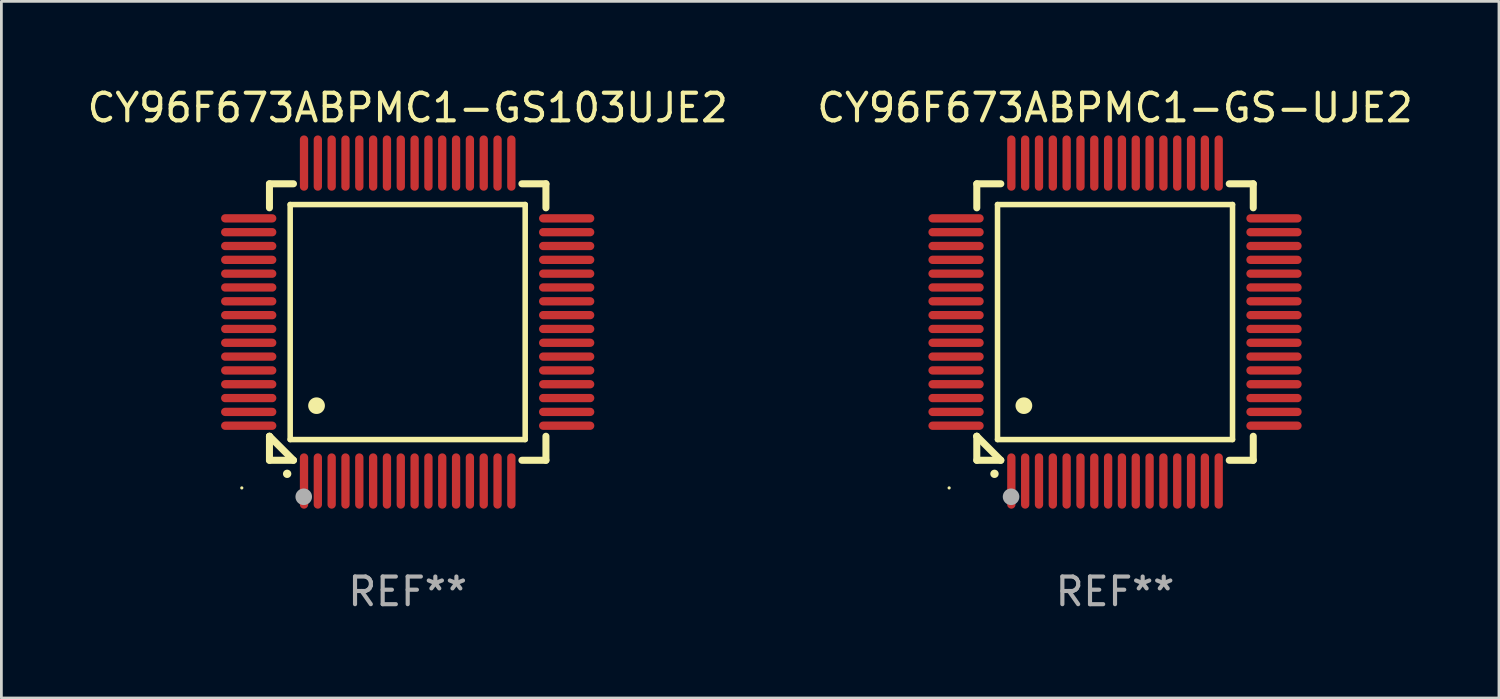
<source format=kicad_pcb>
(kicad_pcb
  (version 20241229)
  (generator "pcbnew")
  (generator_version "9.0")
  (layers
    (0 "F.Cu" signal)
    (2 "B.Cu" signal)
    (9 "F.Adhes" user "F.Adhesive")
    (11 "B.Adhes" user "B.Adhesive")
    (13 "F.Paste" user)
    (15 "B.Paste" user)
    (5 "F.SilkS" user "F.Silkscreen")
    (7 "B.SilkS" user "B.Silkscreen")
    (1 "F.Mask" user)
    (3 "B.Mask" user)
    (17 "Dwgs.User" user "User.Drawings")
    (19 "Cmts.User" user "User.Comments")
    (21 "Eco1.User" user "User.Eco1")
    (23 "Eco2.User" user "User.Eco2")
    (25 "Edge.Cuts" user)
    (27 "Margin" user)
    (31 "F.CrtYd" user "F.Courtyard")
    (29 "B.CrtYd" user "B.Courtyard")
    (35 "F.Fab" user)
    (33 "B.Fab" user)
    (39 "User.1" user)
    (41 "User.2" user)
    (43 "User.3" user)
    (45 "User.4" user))
  (footprint "CY96F673ABPMC1-GS-UJE2"
    (layer "F.Cu")
    (at 37.28 8.598)
    (property "Reference" "CY96F673ABPMC1-GS-UJE2" (at 0 -7.75 0) (layer "F.SilkS") (effects (font (size 1 1) (thickness 0.15))))
    (attr through_hole)
    (fp_line (start -5 -5) (end -4.131 -5) (stroke (width 0.254) (type solid)) (layer "F.SilkS"))
    (fp_line (start -5 -4.131) (end -5 -5) (stroke (width 0.254) (type solid)) (layer "F.SilkS"))
    (fp_line (start -5 4.131) (end -5 4.131) (stroke (width 0.254) (type solid)) (layer "F.SilkS"))
    (fp_line (start -5 5) (end -5 4.131) (stroke (width 0.254) (type solid)) (layer "F.SilkS"))
    (fp_line (start -5 4.131) (end -4.131 5) (stroke (width 0.254) (type solid)) (layer "F.SilkS"))
    (fp_line (start -4.25 -4.25) (end -4.25 4.25) (stroke (width 0.2) (type solid)) (layer "F.SilkS"))
    (fp_line (start -4.25 4.25) (end 4.25 4.25) (stroke (width 0.2) (type solid)) (layer "F.SilkS"))
    (fp_line (start -4.131 5) (end -5 5) (stroke (width 0.254) (type solid)) (layer "F.SilkS"))
    (fp_line (start 4.25 -4.25) (end -4.25 -4.25) (stroke (width 0.2) (type solid)) (layer "F.SilkS"))
    (fp_line (start 4.25 4.25) (end 4.25 -4.25) (stroke (width 0.2) (type solid)) (layer "F.SilkS"))
    (fp_line (start 5 -5) (end 4.131 -5) (stroke (width 0.254) (type solid)) (layer "F.SilkS"))
    (fp_line (start 5 -5) (end 5 -4.131) (stroke (width 0.254) (type solid)) (layer "F.SilkS"))
    (fp_line (start 5 4.131) (end 5 5) (stroke (width 0.254) (type solid)) (layer "F.SilkS"))
    (fp_line (start 5 5) (end 4.131 5) (stroke (width 0.254) (type solid)) (layer "F.SilkS"))
    (fp_arc (start -4.361265 5.489992) (mid -4.359995 5.489987) (end -4.358725 5.489992) (stroke (width 0.3) (type solid)) (layer "F.SilkS"))
    (fp_arc (start -3.299467 3.025146) (mid -3.296927 3.025135) (end -3.294387 3.025146) (stroke (width 0.6) (type solid)) (layer "F.SilkS"))
    (fp_circle (center -6 6) (end -5.97 6) (stroke (width 0.06) (type solid)) (fill no) (layer "F.SilkS"))
    (fp_circle (center -3.76 6.32) (end -3.61 6.32) (stroke (width 0.3) (type solid)) (fill no) (layer "F.Fab"))
    (fp_text user "REF**" (at 0 9.75 0) (layer "F.Fab") (effects (font (size 1 1) (thickness 0.15))))
    (pad "1" smd oval (at -3.75 5.75) (size 0.3 2) (layers "F.Cu" "F.Mask" "F.Paste"))
    (pad "2" smd oval (at -3.25 5.75) (size 0.3 2) (layers "F.Cu" "F.Mask" "F.Paste"))
    (pad "3" smd oval (at -2.75 5.75) (size 0.3 2) (layers "F.Cu" "F.Mask" "F.Paste"))
    (pad "4" smd oval (at -2.25 5.75) (size 0.3 2) (layers "F.Cu" "F.Mask" "F.Paste"))
    (pad "5" smd oval (at -1.75 5.75) (size 0.3 2) (layers "F.Cu" "F.Mask" "F.Paste"))
    (pad "6" smd oval (at -1.25 5.75) (size 0.3 2) (layers "F.Cu" "F.Mask" "F.Paste"))
    (pad "7" smd oval (at -0.75 5.75) (size 0.3 2) (layers "F.Cu" "F.Mask" "F.Paste"))
    (pad "8" smd oval (at -0.25 5.75) (size 0.3 2) (layers "F.Cu" "F.Mask" "F.Paste"))
    (pad "9" smd oval (at 0.25 5.75) (size 0.3 2) (layers "F.Cu" "F.Mask" "F.Paste"))
    (pad "10" smd oval (at 0.75 5.75) (size 0.3 2) (layers "F.Cu" "F.Mask" "F.Paste"))
    (pad "11" smd oval (at 1.25 5.75) (size 0.3 2) (layers "F.Cu" "F.Mask" "F.Paste"))
    (pad "12" smd oval (at 1.75 5.75) (size 0.3 2) (layers "F.Cu" "F.Mask" "F.Paste"))
    (pad "13" smd oval (at 2.25 5.75) (size 0.3 2) (layers "F.Cu" "F.Mask" "F.Paste"))
    (pad "14" smd oval (at 2.75 5.75) (size 0.3 2) (layers "F.Cu" "F.Mask" "F.Paste"))
    (pad "15" smd oval (at 3.25 5.75) (size 0.3 2) (layers "F.Cu" "F.Mask" "F.Paste"))
    (pad "16" smd oval (at 3.75 5.75) (size 0.3 2) (layers "F.Cu" "F.Mask" "F.Paste"))
    (pad "17" smd oval (at 5.75 3.75) (size 2 0.3) (layers "F.Cu" "F.Mask" "F.Paste"))
    (pad "18" smd oval (at 5.75 3.25) (size 2 0.3) (layers "F.Cu" "F.Mask" "F.Paste"))
    (pad "19" smd oval (at 5.75 2.75) (size 2 0.3) (layers "F.Cu" "F.Mask" "F.Paste"))
    (pad "20" smd oval (at 5.75 2.25) (size 2 0.3) (layers "F.Cu" "F.Mask" "F.Paste"))
    (pad "21" smd oval (at 5.75 1.75) (size 2 0.3) (layers "F.Cu" "F.Mask" "F.Paste"))
    (pad "22" smd oval (at 5.75 1.25) (size 2 0.3) (layers "F.Cu" "F.Mask" "F.Paste"))
    (pad "23" smd oval (at 5.75 0.75) (size 2 0.3) (layers "F.Cu" "F.Mask" "F.Paste"))
    (pad "24" smd oval (at 5.75 0.25) (size 2 0.3) (layers "F.Cu" "F.Mask" "F.Paste"))
    (pad "25" smd oval (at 5.75 -0.25) (size 2 0.3) (layers "F.Cu" "F.Mask" "F.Paste"))
    (pad "26" smd oval (at 5.75 -0.75) (size 2 0.3) (layers "F.Cu" "F.Mask" "F.Paste"))
    (pad "27" smd oval (at 5.75 -1.25) (size 2 0.3) (layers "F.Cu" "F.Mask" "F.Paste"))
    (pad "28" smd oval (at 5.75 -1.75) (size 2 0.3) (layers "F.Cu" "F.Mask" "F.Paste"))
    (pad "29" smd oval (at 5.75 -2.25) (size 2 0.3) (layers "F.Cu" "F.Mask" "F.Paste"))
    (pad "30" smd oval (at 5.75 -2.75) (size 2 0.3) (layers "F.Cu" "F.Mask" "F.Paste"))
    (pad "31" smd oval (at 5.75 -3.25) (size 2 0.3) (layers "F.Cu" "F.Mask" "F.Paste"))
    (pad "32" smd oval (at 5.75 -3.75) (size 2 0.3) (layers "F.Cu" "F.Mask" "F.Paste"))
    (pad "33" smd oval (at 3.75 -5.75) (size 0.3 2) (layers "F.Cu" "F.Mask" "F.Paste"))
    (pad "34" smd oval (at 3.25 -5.75) (size 0.3 2) (layers "F.Cu" "F.Mask" "F.Paste"))
    (pad "35" smd oval (at 2.75 -5.75) (size 0.3 2) (layers "F.Cu" "F.Mask" "F.Paste"))
    (pad "36" smd oval (at 2.25 -5.75) (size 0.3 2) (layers "F.Cu" "F.Mask" "F.Paste"))
    (pad "37" smd oval (at 1.75 -5.75) (size 0.3 2) (layers "F.Cu" "F.Mask" "F.Paste"))
    (pad "38" smd oval (at 1.25 -5.75) (size 0.3 2) (layers "F.Cu" "F.Mask" "F.Paste"))
    (pad "39" smd oval (at 0.75 -5.75) (size 0.3 2) (layers "F.Cu" "F.Mask" "F.Paste"))
    (pad "40" smd oval (at 0.25 -5.75) (size 0.3 2) (layers "F.Cu" "F.Mask" "F.Paste"))
    (pad "41" smd oval (at -0.25 -5.75) (size 0.3 2) (layers "F.Cu" "F.Mask" "F.Paste"))
    (pad "42" smd oval (at -0.75 -5.75) (size 0.3 2) (layers "F.Cu" "F.Mask" "F.Paste"))
    (pad "43" smd oval (at -1.25 -5.75) (size 0.3 2) (layers "F.Cu" "F.Mask" "F.Paste"))
    (pad "44" smd oval (at -1.75 -5.75) (size 0.3 2) (layers "F.Cu" "F.Mask" "F.Paste"))
    (pad "45" smd oval (at -2.25 -5.75) (size 0.3 2) (layers "F.Cu" "F.Mask" "F.Paste"))
    (pad "46" smd oval (at -2.75 -5.75) (size 0.3 2) (layers "F.Cu" "F.Mask" "F.Paste"))
    (pad "47" smd oval (at -3.25 -5.75) (size 0.3 2) (layers "F.Cu" "F.Mask" "F.Paste"))
    (pad "48" smd oval (at -3.75 -5.75) (size 0.3 2) (layers "F.Cu" "F.Mask" "F.Paste"))
    (pad "49" smd oval (at -5.75 -3.75) (size 2 0.3) (layers "F.Cu" "F.Mask" "F.Paste"))
    (pad "50" smd oval (at -5.75 -3.25) (size 2 0.3) (layers "F.Cu" "F.Mask" "F.Paste"))
    (pad "51" smd oval (at -5.75 -2.75) (size 2 0.3) (layers "F.Cu" "F.Mask" "F.Paste"))
    (pad "52" smd oval (at -5.75 -2.25) (size 2 0.3) (layers "F.Cu" "F.Mask" "F.Paste"))
    (pad "53" smd oval (at -5.75 -1.75) (size 2 0.3) (layers "F.Cu" "F.Mask" "F.Paste"))
    (pad "54" smd oval (at -5.75 -1.25) (size 2 0.3) (layers "F.Cu" "F.Mask" "F.Paste"))
    (pad "55" smd oval (at -5.75 -0.75) (size 2 0.3) (layers "F.Cu" "F.Mask" "F.Paste"))
    (pad "56" smd oval (at -5.75 -0.25) (size 2 0.3) (layers "F.Cu" "F.Mask" "F.Paste"))
    (pad "57" smd oval (at -5.75 0.25) (size 2 0.3) (layers "F.Cu" "F.Mask" "F.Paste"))
    (pad "58" smd oval (at -5.75 0.75) (size 2 0.3) (layers "F.Cu" "F.Mask" "F.Paste"))
    (pad "59" smd oval (at -5.75 1.25) (size 2 0.3) (layers "F.Cu" "F.Mask" "F.Paste"))
    (pad "60" smd oval (at -5.75 1.75) (size 2 0.3) (layers "F.Cu" "F.Mask" "F.Paste"))
    (pad "61" smd oval (at -5.75 2.25) (size 2 0.3) (layers "F.Cu" "F.Mask" "F.Paste"))
    (pad "62" smd oval (at -5.75 2.75) (size 2 0.3) (layers "F.Cu" "F.Mask" "F.Paste"))
    (pad "63" smd oval (at -5.75 3.25) (size 2 0.3) (layers "F.Cu" "F.Mask" "F.Paste"))
    (pad "64" smd oval (at -5.75 3.75) (size 2 0.3) (layers "F.Cu" "F.Mask" "F.Paste")))
  (footprint "CY96F673ABPMC1-GS103UJE2"
    (layer "F.Cu")
    (at 11.696 8.598)
    (property "Reference" "CY96F673ABPMC1-GS103UJE2" (at 0 -7.75 0) (layer "F.SilkS") (effects (font (size 1 1) (thickness 0.15))))
    (attr through_hole)
    (fp_line (start -5 -5) (end -4.131 -5) (stroke (width 0.254) (type solid)) (layer "F.SilkS"))
    (fp_line (start -5 -4.131) (end -5 -5) (stroke (width 0.254) (type solid)) (layer "F.SilkS"))
    (fp_line (start -5 4.131) (end -5 4.131) (stroke (width 0.254) (type solid)) (layer "F.SilkS"))
    (fp_line (start -5 5) (end -5 4.131) (stroke (width 0.254) (type solid)) (layer "F.SilkS"))
    (fp_line (start -5 4.131) (end -4.131 5) (stroke (width 0.254) (type solid)) (layer "F.SilkS"))
    (fp_line (start -4.25 -4.25) (end -4.25 4.25) (stroke (width 0.2) (type solid)) (layer "F.SilkS"))
    (fp_line (start -4.25 4.25) (end 4.25 4.25) (stroke (width 0.2) (type solid)) (layer "F.SilkS"))
    (fp_line (start -4.131 5) (end -5 5) (stroke (width 0.254) (type solid)) (layer "F.SilkS"))
    (fp_line (start 4.25 -4.25) (end -4.25 -4.25) (stroke (width 0.2) (type solid)) (layer "F.SilkS"))
    (fp_line (start 4.25 4.25) (end 4.25 -4.25) (stroke (width 0.2) (type solid)) (layer "F.SilkS"))
    (fp_line (start 5 -5) (end 4.131 -5) (stroke (width 0.254) (type solid)) (layer "F.SilkS"))
    (fp_line (start 5 -5) (end 5 -4.131) (stroke (width 0.254) (type solid)) (layer "F.SilkS"))
    (fp_line (start 5 4.131) (end 5 5) (stroke (width 0.254) (type solid)) (layer "F.SilkS"))
    (fp_line (start 5 5) (end 4.131 5) (stroke (width 0.254) (type solid)) (layer "F.SilkS"))
    (fp_arc (start -4.361265 5.489992) (mid -4.359995 5.489987) (end -4.358725 5.489992) (stroke (width 0.3) (type solid)) (layer "F.SilkS"))
    (fp_arc (start -3.299467 3.025146) (mid -3.296927 3.025135) (end -3.294387 3.025146) (stroke (width 0.6) (type solid)) (layer "F.SilkS"))
    (fp_circle (center -6 6) (end -5.97 6) (stroke (width 0.06) (type solid)) (fill no) (layer "F.SilkS"))
    (fp_circle (center -3.76 6.32) (end -3.61 6.32) (stroke (width 0.3) (type solid)) (fill no) (layer "F.Fab"))
    (fp_text user "REF**" (at 0 9.75 0) (layer "F.Fab") (effects (font (size 1 1) (thickness 0.15))))
    (pad "1" smd oval (at -3.75 5.75) (size 0.3 2) (layers "F.Cu" "F.Mask" "F.Paste"))
    (pad "2" smd oval (at -3.25 5.75) (size 0.3 2) (layers "F.Cu" "F.Mask" "F.Paste"))
    (pad "3" smd oval (at -2.75 5.75) (size 0.3 2) (layers "F.Cu" "F.Mask" "F.Paste"))
    (pad "4" smd oval (at -2.25 5.75) (size 0.3 2) (layers "F.Cu" "F.Mask" "F.Paste"))
    (pad "5" smd oval (at -1.75 5.75) (size 0.3 2) (layers "F.Cu" "F.Mask" "F.Paste"))
    (pad "6" smd oval (at -1.25 5.75) (size 0.3 2) (layers "F.Cu" "F.Mask" "F.Paste"))
    (pad "7" smd oval (at -0.75 5.75) (size 0.3 2) (layers "F.Cu" "F.Mask" "F.Paste"))
    (pad "8" smd oval (at -0.25 5.75) (size 0.3 2) (layers "F.Cu" "F.Mask" "F.Paste"))
    (pad "9" smd oval (at 0.25 5.75) (size 0.3 2) (layers "F.Cu" "F.Mask" "F.Paste"))
    (pad "10" smd oval (at 0.75 5.75) (size 0.3 2) (layers "F.Cu" "F.Mask" "F.Paste"))
    (pad "11" smd oval (at 1.25 5.75) (size 0.3 2) (layers "F.Cu" "F.Mask" "F.Paste"))
    (pad "12" smd oval (at 1.75 5.75) (size 0.3 2) (layers "F.Cu" "F.Mask" "F.Paste"))
    (pad "13" smd oval (at 2.25 5.75) (size 0.3 2) (layers "F.Cu" "F.Mask" "F.Paste"))
    (pad "14" smd oval (at 2.75 5.75) (size 0.3 2) (layers "F.Cu" "F.Mask" "F.Paste"))
    (pad "15" smd oval (at 3.25 5.75) (size 0.3 2) (layers "F.Cu" "F.Mask" "F.Paste"))
    (pad "16" smd oval (at 3.75 5.75) (size 0.3 2) (layers "F.Cu" "F.Mask" "F.Paste"))
    (pad "17" smd oval (at 5.75 3.75) (size 2 0.3) (layers "F.Cu" "F.Mask" "F.Paste"))
    (pad "18" smd oval (at 5.75 3.25) (size 2 0.3) (layers "F.Cu" "F.Mask" "F.Paste"))
    (pad "19" smd oval (at 5.75 2.75) (size 2 0.3) (layers "F.Cu" "F.Mask" "F.Paste"))
    (pad "20" smd oval (at 5.75 2.25) (size 2 0.3) (layers "F.Cu" "F.Mask" "F.Paste"))
    (pad "21" smd oval (at 5.75 1.75) (size 2 0.3) (layers "F.Cu" "F.Mask" "F.Paste"))
    (pad "22" smd oval (at 5.75 1.25) (size 2 0.3) (layers "F.Cu" "F.Mask" "F.Paste"))
    (pad "23" smd oval (at 5.75 0.75) (size 2 0.3) (layers "F.Cu" "F.Mask" "F.Paste"))
    (pad "24" smd oval (at 5.75 0.25) (size 2 0.3) (layers "F.Cu" "F.Mask" "F.Paste"))
    (pad "25" smd oval (at 5.75 -0.25) (size 2 0.3) (layers "F.Cu" "F.Mask" "F.Paste"))
    (pad "26" smd oval (at 5.75 -0.75) (size 2 0.3) (layers "F.Cu" "F.Mask" "F.Paste"))
    (pad "27" smd oval (at 5.75 -1.25) (size 2 0.3) (layers "F.Cu" "F.Mask" "F.Paste"))
    (pad "28" smd oval (at 5.75 -1.75) (size 2 0.3) (layers "F.Cu" "F.Mask" "F.Paste"))
    (pad "29" smd oval (at 5.75 -2.25) (size 2 0.3) (layers "F.Cu" "F.Mask" "F.Paste"))
    (pad "30" smd oval (at 5.75 -2.75) (size 2 0.3) (layers "F.Cu" "F.Mask" "F.Paste"))
    (pad "31" smd oval (at 5.75 -3.25) (size 2 0.3) (layers "F.Cu" "F.Mask" "F.Paste"))
    (pad "32" smd oval (at 5.75 -3.75) (size 2 0.3) (layers "F.Cu" "F.Mask" "F.Paste"))
    (pad "33" smd oval (at 3.75 -5.75) (size 0.3 2) (layers "F.Cu" "F.Mask" "F.Paste"))
    (pad "34" smd oval (at 3.25 -5.75) (size 0.3 2) (layers "F.Cu" "F.Mask" "F.Paste"))
    (pad "35" smd oval (at 2.75 -5.75) (size 0.3 2) (layers "F.Cu" "F.Mask" "F.Paste"))
    (pad "36" smd oval (at 2.25 -5.75) (size 0.3 2) (layers "F.Cu" "F.Mask" "F.Paste"))
    (pad "37" smd oval (at 1.75 -5.75) (size 0.3 2) (layers "F.Cu" "F.Mask" "F.Paste"))
    (pad "38" smd oval (at 1.25 -5.75) (size 0.3 2) (layers "F.Cu" "F.Mask" "F.Paste"))
    (pad "39" smd oval (at 0.75 -5.75) (size 0.3 2) (layers "F.Cu" "F.Mask" "F.Paste"))
    (pad "40" smd oval (at 0.25 -5.75) (size 0.3 2) (layers "F.Cu" "F.Mask" "F.Paste"))
    (pad "41" smd oval (at -0.25 -5.75) (size 0.3 2) (layers "F.Cu" "F.Mask" "F.Paste"))
    (pad "42" smd oval (at -0.75 -5.75) (size 0.3 2) (layers "F.Cu" "F.Mask" "F.Paste"))
    (pad "43" smd oval (at -1.25 -5.75) (size 0.3 2) (layers "F.Cu" "F.Mask" "F.Paste"))
    (pad "44" smd oval (at -1.75 -5.75) (size 0.3 2) (layers "F.Cu" "F.Mask" "F.Paste"))
    (pad "45" smd oval (at -2.25 -5.75) (size 0.3 2) (layers "F.Cu" "F.Mask" "F.Paste"))
    (pad "46" smd oval (at -2.75 -5.75) (size 0.3 2) (layers "F.Cu" "F.Mask" "F.Paste"))
    (pad "47" smd oval (at -3.25 -5.75) (size 0.3 2) (layers "F.Cu" "F.Mask" "F.Paste"))
    (pad "48" smd oval (at -3.75 -5.75) (size 0.3 2) (layers "F.Cu" "F.Mask" "F.Paste"))
    (pad "49" smd oval (at -5.75 -3.75) (size 2 0.3) (layers "F.Cu" "F.Mask" "F.Paste"))
    (pad "50" smd oval (at -5.75 -3.25) (size 2 0.3) (layers "F.Cu" "F.Mask" "F.Paste"))
    (pad "51" smd oval (at -5.75 -2.75) (size 2 0.3) (layers "F.Cu" "F.Mask" "F.Paste"))
    (pad "52" smd oval (at -5.75 -2.25) (size 2 0.3) (layers "F.Cu" "F.Mask" "F.Paste"))
    (pad "53" smd oval (at -5.75 -1.75) (size 2 0.3) (layers "F.Cu" "F.Mask" "F.Paste"))
    (pad "54" smd oval (at -5.75 -1.25) (size 2 0.3) (layers "F.Cu" "F.Mask" "F.Paste"))
    (pad "55" smd oval (at -5.75 -0.75) (size 2 0.3) (layers "F.Cu" "F.Mask" "F.Paste"))
    (pad "56" smd oval (at -5.75 -0.25) (size 2 0.3) (layers "F.Cu" "F.Mask" "F.Paste"))
    (pad "57" smd oval (at -5.75 0.25) (size 2 0.3) (layers "F.Cu" "F.Mask" "F.Paste"))
    (pad "58" smd oval (at -5.75 0.75) (size 2 0.3) (layers "F.Cu" "F.Mask" "F.Paste"))
    (pad "59" smd oval (at -5.75 1.25) (size 2 0.3) (layers "F.Cu" "F.Mask" "F.Paste"))
    (pad "60" smd oval (at -5.75 1.75) (size 2 0.3) (layers "F.Cu" "F.Mask" "F.Paste"))
    (pad "61" smd oval (at -5.75 2.25) (size 2 0.3) (layers "F.Cu" "F.Mask" "F.Paste"))
    (pad "62" smd oval (at -5.75 2.75) (size 2 0.3) (layers "F.Cu" "F.Mask" "F.Paste"))
    (pad "63" smd oval (at -5.75 3.25) (size 2 0.3) (layers "F.Cu" "F.Mask" "F.Paste"))
    (pad "64" smd oval (at -5.75 3.75) (size 2 0.3) (layers "F.Cu" "F.Mask" "F.Paste")))
  (gr_rect
    (start -3 -3)
    (end 51.167 22.196)
    (stroke (width 0.1) (type default))
    (fill no)
    (layer "Edge.Cuts")))
</source>
